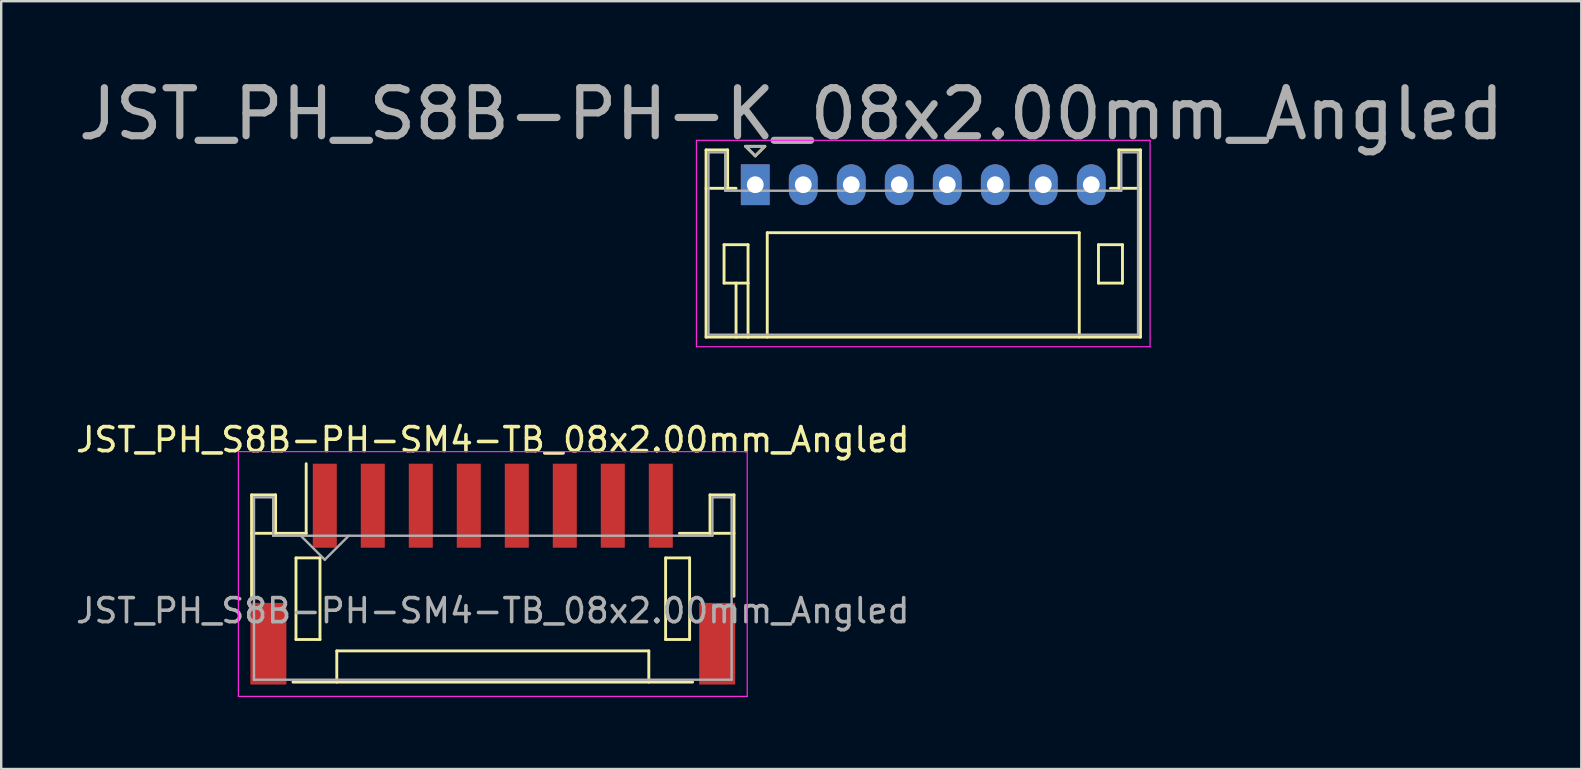
<source format=kicad_pcb>
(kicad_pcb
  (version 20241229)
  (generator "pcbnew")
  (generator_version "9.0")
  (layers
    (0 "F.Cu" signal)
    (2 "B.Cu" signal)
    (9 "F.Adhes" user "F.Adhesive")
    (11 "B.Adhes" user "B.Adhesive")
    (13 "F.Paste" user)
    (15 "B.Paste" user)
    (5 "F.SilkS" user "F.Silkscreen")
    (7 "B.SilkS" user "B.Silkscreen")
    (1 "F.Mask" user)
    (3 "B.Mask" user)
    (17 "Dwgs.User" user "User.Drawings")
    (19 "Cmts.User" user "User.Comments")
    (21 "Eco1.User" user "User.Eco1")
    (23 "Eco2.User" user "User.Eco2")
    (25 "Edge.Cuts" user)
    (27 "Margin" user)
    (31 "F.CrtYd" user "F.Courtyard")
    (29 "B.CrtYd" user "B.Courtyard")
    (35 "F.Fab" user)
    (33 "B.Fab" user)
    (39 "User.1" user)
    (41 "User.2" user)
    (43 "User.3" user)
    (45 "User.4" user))
  (footprint "JST_PH_S8B-PH-K_08x2.00mm_Angled"
    (layer "F.Cu")
    (at 28.417 4.646)
    (property "Reference" "JST_PH_S8B-PH-K_08x2.00mm_Angled" (at 1.5 -2.95 0) (layer "F.Fab") (effects (font (size 2 2) (thickness 0.3))))
    (attr through_hole)
    (fp_line (start -2.05 -1.45) (end -2.05 6.35) (stroke (width 0.12) (type solid)) (layer "F.SilkS"))
    (fp_line (start -2.05 0.15) (end -1.15 0.15) (stroke (width 0.12) (type solid)) (layer "F.SilkS"))
    (fp_line (start -2.05 6.35) (end 16.05 6.35) (stroke (width 0.12) (type solid)) (layer "F.SilkS"))
    (fp_line (start -1.3 2.5) (end -1.3 4.1) (stroke (width 0.12) (type solid)) (layer "F.SilkS"))
    (fp_line (start -1.3 4.1) (end -0.3 4.1) (stroke (width 0.12) (type solid)) (layer "F.SilkS"))
    (fp_line (start -1.15 -1.45) (end -2.05 -1.45) (stroke (width 0.12) (type solid)) (layer "F.SilkS"))
    (fp_line (start -1.15 0.15) (end -1.15 -1.45) (stroke (width 0.12) (type solid)) (layer "F.SilkS"))
    (fp_line (start -0.8 0.15) (end -1.15 0.15) (stroke (width 0.12) (type solid)) (layer "F.SilkS"))
    (fp_line (start -0.8 4.1) (end -0.8 6.35) (stroke (width 0.12) (type solid)) (layer "F.SilkS"))
    (fp_line (start -0.4 -1.6) (end 0.4 -1.6) (stroke (width 0.12) (type solid)) (layer "F.SilkS"))
    (fp_line (start -0.3 2.5) (end -1.3 2.5) (stroke (width 0.12) (type solid)) (layer "F.SilkS"))
    (fp_line (start -0.3 4.1) (end -0.3 2.5) (stroke (width 0.12) (type solid)) (layer "F.SilkS"))
    (fp_line (start -0.3 4.1) (end -0.3 6.35) (stroke (width 0.12) (type solid)) (layer "F.SilkS"))
    (fp_line (start 0 -1.2) (end -0.4 -1.6) (stroke (width 0.12) (type solid)) (layer "F.SilkS"))
    (fp_line (start 0.4 -1.6) (end 0 -1.2) (stroke (width 0.12) (type solid)) (layer "F.SilkS"))
    (fp_line (start 0.5 2) (end 13.5 2) (stroke (width 0.12) (type solid)) (layer "F.SilkS"))
    (fp_line (start 0.5 6.35) (end 0.5 2) (stroke (width 0.12) (type solid)) (layer "F.SilkS"))
    (fp_line (start 13.5 2) (end 13.5 6.35) (stroke (width 0.12) (type solid)) (layer "F.SilkS"))
    (fp_line (start 14.3 2.5) (end 15.3 2.5) (stroke (width 0.12) (type solid)) (layer "F.SilkS"))
    (fp_line (start 14.3 4.1) (end 14.3 2.5) (stroke (width 0.12) (type solid)) (layer "F.SilkS"))
    (fp_line (start 15.15 -1.45) (end 15.15 0.15) (stroke (width 0.12) (type solid)) (layer "F.SilkS"))
    (fp_line (start 15.15 0.15) (end 14.8 0.15) (stroke (width 0.12) (type solid)) (layer "F.SilkS"))
    (fp_line (start 15.3 2.5) (end 15.3 4.1) (stroke (width 0.12) (type solid)) (layer "F.SilkS"))
    (fp_line (start 15.3 4.1) (end 14.3 4.1) (stroke (width 0.12) (type solid)) (layer "F.SilkS"))
    (fp_line (start 16.05 -1.45) (end 15.15 -1.45) (stroke (width 0.12) (type solid)) (layer "F.SilkS"))
    (fp_line (start 16.05 0.15) (end 15.15 0.15) (stroke (width 0.12) (type solid)) (layer "F.SilkS"))
    (fp_line (start 16.05 6.35) (end 16.05 -1.45) (stroke (width 0.12) (type solid)) (layer "F.SilkS"))
    (fp_line (start -2.45 -1.85) (end -2.45 6.75) (stroke (width 0.05) (type solid)) (layer "F.CrtYd"))
    (fp_line (start -2.45 6.75) (end 16.45 6.75) (stroke (width 0.05) (type solid)) (layer "F.CrtYd"))
    (fp_line (start 16.45 -1.85) (end -2.45 -1.85) (stroke (width 0.05) (type solid)) (layer "F.CrtYd"))
    (fp_line (start 16.45 6.75) (end 16.45 -1.85) (stroke (width 0.05) (type solid)) (layer "F.CrtYd"))
    (fp_line (start -1.95 -1.35) (end -1.95 6.25) (stroke (width 0.1) (type solid)) (layer "F.Fab"))
    (fp_line (start -1.95 6.25) (end 15.95 6.25) (stroke (width 0.1) (type solid)) (layer "F.Fab"))
    (fp_line (start -1.25 -1.35) (end -1.95 -1.35) (stroke (width 0.1) (type solid)) (layer "F.Fab"))
    (fp_line (start -1.25 0.25) (end -1.25 -1.35) (stroke (width 0.1) (type solid)) (layer "F.Fab"))
    (fp_line (start -0.4 -1.6) (end 0.4 -1.6) (stroke (width 0.1) (type solid)) (layer "F.Fab"))
    (fp_line (start 0 -1.2) (end -0.4 -1.6) (stroke (width 0.1) (type solid)) (layer "F.Fab"))
    (fp_line (start 0.4 -1.6) (end 0 -1.2) (stroke (width 0.1) (type solid)) (layer "F.Fab"))
    (fp_line (start 15.25 -1.35) (end 15.25 0.25) (stroke (width 0.1) (type solid)) (layer "F.Fab"))
    (fp_line (start 15.25 0.25) (end -1.25 0.25) (stroke (width 0.1) (type solid)) (layer "F.Fab"))
    (fp_line (start 15.95 -1.35) (end 15.25 -1.35) (stroke (width 0.1) (type solid)) (layer "F.Fab"))
    (fp_line (start 15.95 6.25) (end 15.95 -1.35) (stroke (width 0.1) (type solid)) (layer "F.Fab"))
    (pad "1" thru_hole rect (at 0 0) (size 1.2 1.7) (drill 0.7) (layers "*.Cu" "*.Mask"))
    (pad "2" thru_hole oval (at 2 0) (size 1.2 1.7) (drill 0.7) (layers "*.Cu" "*.Mask"))
    (pad "3" thru_hole oval (at 4 0) (size 1.2 1.7) (drill 0.7) (layers "*.Cu" "*.Mask"))
    (pad "4" thru_hole oval (at 6 0) (size 1.2 1.7) (drill 0.7) (layers "*.Cu" "*.Mask"))
    (pad "5" thru_hole oval (at 8 0) (size 1.2 1.7) (drill 0.7) (layers "*.Cu" "*.Mask"))
    (pad "6" thru_hole oval (at 10 0) (size 1.2 1.7) (drill 0.7) (layers "*.Cu" "*.Mask"))
    (pad "7" thru_hole oval (at 12 0) (size 1.2 1.7) (drill 0.7) (layers "*.Cu" "*.Mask"))
    (pad "8" thru_hole oval (at 14 0) (size 1.2 1.7) (drill 0.7) (layers "*.Cu" "*.Mask")))
  (footprint "JST_PH_S8B-PH-SM4-TB_08x2.00mm_Angled"
    (layer "F.Cu")
    (at 17.482 20.895)
    (property "Reference" "JST_PH_S8B-PH-SM4-TB_08x2.00mm_Angled" (at 0 -5.625 0) (layer "F.SilkS") (effects (font (size 1 1) (thickness 0.15))))
    (attr through_hole)
    (fp_line (start -10.05 -3.325) (end -10.05 0.9) (stroke (width 0.12) (type solid)) (layer "F.SilkS"))
    (fp_line (start -10.05 -1.725) (end -9.05 -1.725) (stroke (width 0.12) (type solid)) (layer "F.SilkS"))
    (fp_line (start -9.05 -3.325) (end -10.05 -3.325) (stroke (width 0.12) (type solid)) (layer "F.SilkS"))
    (fp_line (start -9.05 -1.725) (end -9.05 -3.325) (stroke (width 0.12) (type solid)) (layer "F.SilkS"))
    (fp_line (start -8.325 4.475) (end 8.325 4.475) (stroke (width 0.12) (type solid)) (layer "F.SilkS"))
    (fp_line (start -8.2 -0.7) (end -8.2 2.7) (stroke (width 0.12) (type solid)) (layer "F.SilkS"))
    (fp_line (start -8.2 2.7) (end -7.2 2.7) (stroke (width 0.12) (type solid)) (layer "F.SilkS"))
    (fp_line (start -7.775 -1.725) (end -9.05 -1.725) (stroke (width 0.12) (type solid)) (layer "F.SilkS"))
    (fp_line (start -7.775 -1.725) (end -7.775 -4.625) (stroke (width 0.12) (type solid)) (layer "F.SilkS"))
    (fp_line (start -7.2 -0.7) (end -8.2 -0.7) (stroke (width 0.12) (type solid)) (layer "F.SilkS"))
    (fp_line (start -7.2 2.7) (end -7.2 -0.7) (stroke (width 0.12) (type solid)) (layer "F.SilkS"))
    (fp_line (start -6.5 3.175) (end 6.5 3.175) (stroke (width 0.12) (type solid)) (layer "F.SilkS"))
    (fp_line (start -6.5 4.475) (end -6.5 3.175) (stroke (width 0.12) (type solid)) (layer "F.SilkS"))
    (fp_line (start 6.5 3.175) (end 6.5 4.475) (stroke (width 0.12) (type solid)) (layer "F.SilkS"))
    (fp_line (start 7.2 -0.7) (end 8.2 -0.7) (stroke (width 0.12) (type solid)) (layer "F.SilkS"))
    (fp_line (start 7.2 2.7) (end 7.2 -0.7) (stroke (width 0.12) (type solid)) (layer "F.SilkS"))
    (fp_line (start 8.2 -0.7) (end 8.2 2.7) (stroke (width 0.12) (type solid)) (layer "F.SilkS"))
    (fp_line (start 8.2 2.7) (end 7.2 2.7) (stroke (width 0.12) (type solid)) (layer "F.SilkS"))
    (fp_line (start 9.05 -3.325) (end 9.05 -1.725) (stroke (width 0.12) (type solid)) (layer "F.SilkS"))
    (fp_line (start 9.05 -1.725) (end 7.775 -1.725) (stroke (width 0.12) (type solid)) (layer "F.SilkS"))
    (fp_line (start 10.05 -3.325) (end 9.05 -3.325) (stroke (width 0.12) (type solid)) (layer "F.SilkS"))
    (fp_line (start 10.05 -1.725) (end 9.05 -1.725) (stroke (width 0.12) (type solid)) (layer "F.SilkS"))
    (fp_line (start 10.05 0.9) (end 10.05 -3.325) (stroke (width 0.12) (type solid)) (layer "F.SilkS"))
    (fp_line (start -10.6 -5.13) (end -10.6 5.07) (stroke (width 0.05) (type solid)) (layer "F.CrtYd"))
    (fp_line (start -10.6 5.07) (end 10.6 5.07) (stroke (width 0.05) (type solid)) (layer "F.CrtYd"))
    (fp_line (start 10.6 -5.13) (end -10.6 -5.13) (stroke (width 0.05) (type solid)) (layer "F.CrtYd"))
    (fp_line (start 10.6 5.07) (end 10.6 -5.13) (stroke (width 0.05) (type solid)) (layer "F.CrtYd"))
    (fp_line (start -9.95 -3.225) (end -9.95 4.375) (stroke (width 0.1) (type solid)) (layer "F.Fab"))
    (fp_line (start -9.95 4.375) (end 9.95 4.375) (stroke (width 0.1) (type solid)) (layer "F.Fab"))
    (fp_line (start -9.15 -3.225) (end -9.95 -3.225) (stroke (width 0.1) (type solid)) (layer "F.Fab"))
    (fp_line (start -9.15 -1.625) (end -9.15 -3.225) (stroke (width 0.1) (type solid)) (layer "F.Fab"))
    (fp_line (start -8 -1.625) (end -7 -0.625) (stroke (width 0.1) (type solid)) (layer "F.Fab"))
    (fp_line (start -7 -0.625) (end -6 -1.625) (stroke (width 0.1) (type solid)) (layer "F.Fab"))
    (fp_line (start 9.15 -3.225) (end 9.15 -1.625) (stroke (width 0.1) (type solid)) (layer "F.Fab"))
    (fp_line (start 9.15 -1.625) (end -9.15 -1.625) (stroke (width 0.1) (type solid)) (layer "F.Fab"))
    (fp_line (start 9.95 -3.225) (end 9.15 -3.225) (stroke (width 0.1) (type solid)) (layer "F.Fab"))
    (fp_line (start 9.95 4.375) (end 9.95 -3.225) (stroke (width 0.1) (type solid)) (layer "F.Fab"))
    (fp_text user "${REFERENCE}" (at 0 1.5 0) (layer "F.Fab") (effects (font (size 1 1) (thickness 0.15))))
    (pad "" smd rect (at -9.35 2.875) (size 1.5 3.4) (layers "F.Cu" "F.Mask" "F.Paste"))
    (pad "" smd rect (at 9.35 2.875) (size 1.5 3.4) (layers "F.Cu" "F.Mask" "F.Paste"))
    (pad "0" smd rect (at -7 -2.875) (size 1 3.5) (layers "F.Cu" "F.Mask" "F.Paste"))
    (pad "1" smd rect (at -5 -2.875) (size 1 3.5) (layers "F.Cu" "F.Mask" "F.Paste"))
    (pad "2" smd rect (at -3 -2.875) (size 1 3.5) (layers "F.Cu" "F.Mask" "F.Paste"))
    (pad "3" smd rect (at -1 -2.875) (size 1 3.5) (layers "F.Cu" "F.Mask" "F.Paste"))
    (pad "4" smd rect (at 1 -2.875) (size 1 3.5) (layers "F.Cu" "F.Mask" "F.Paste"))
    (pad "5" smd rect (at 3 -2.875) (size 1 3.5) (layers "F.Cu" "F.Mask" "F.Paste"))
    (pad "6" smd rect (at 5 -2.875) (size 1 3.5) (layers "F.Cu" "F.Mask" "F.Paste"))
    (pad "7" smd rect (at 7 -2.875) (size 1 3.5) (layers "F.Cu" "F.Mask" "F.Paste")))
  (gr_rect
    (start -3 -3)
    (end 62.833 28.99)
    (stroke (width 0.1) (type default))
    (fill no)
    (layer "Edge.Cuts")))
</source>
